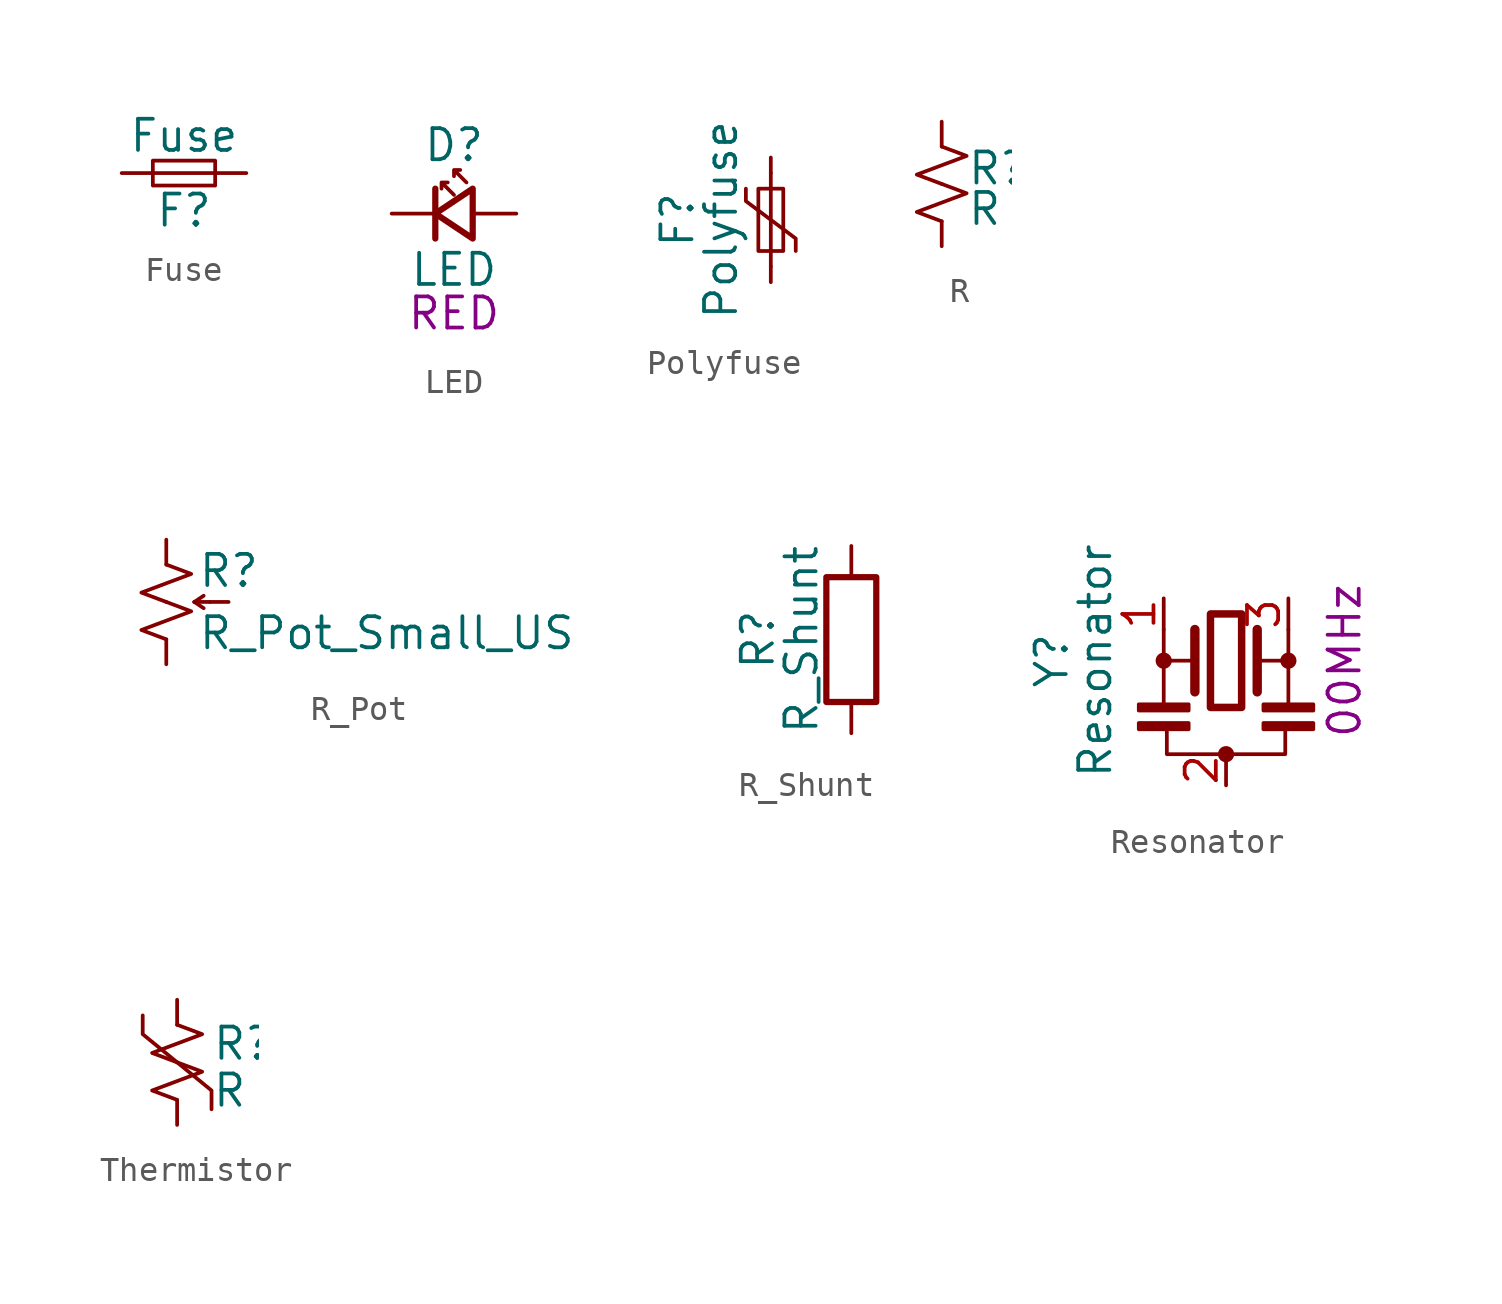
<source format=kicad_sym>
(kicad_symbol_lib
  (version 20231120)
  (generator "kicad_symbol_editor")
  (generator_version "8.0")
  (symbol "Fuse"
    (pin_numbers hide)
    (pin_names
      (offset 0.254) hide)
    (property "Reference" "F"
      (at 0 -1.524 0)
      (effects (font (size 1.27 1.27))))
    (property "Value" "Fuse"
      (at 0 1.524 0)
      (effects (font (size 1.27 1.27))))
    (symbol "Fuse_0_1"
      (rectangle (start -1.27 0.508) (end 1.27 -0.508) (stroke (width 0) (type default)) (fill (type none)))
      (polyline (pts (xy -1.27 0) (xy 1.27 0)) (stroke (width 0) (type default)) (fill (type none))))
    (symbol "Fuse_1_1"
      (pin passive line (at -2.54 0 0) (length 1.27) (name "~" (effects (font (size 1.27 1.27)))) (number "1" (effects (font (size 1.27 1.27)))))
      (pin passive line (at 2.54 0 180) (length 1.27) (name "~" (effects (font (size 1.27 1.27)))) (number "2" (effects (font (size 1.27 1.27)))))))
  (symbol "LED"
    (pin_numbers hide)
    (pin_names
      (offset 0.254) hide)
    (property "Reference" "D"
      (at 0 2.794 0)
      (effects (font (size 1.27 1.27))))
    (property "Value" "LED"
      (at 0 -2.286 0)
      (effects (font (size 1.27 1.27))))
    (property "Color" "RED"
      (at 0 -4.064 0)
      (effects (font (size 1.27 1.27))))
    (symbol "LED_0_1"
      (polyline (pts (xy -0.762 -1.016) (xy -0.762 1.016)) (stroke (width 0.254) (type default)) (fill (type none)))
      (polyline (pts (xy 0.762 -1.016) (xy -0.762 0) (xy 0.762 1.016) (xy 0.762 -1.016)) (stroke (width 0.254) (type default)) (fill (type none)))
      (polyline (pts (xy 0 0.762) (xy -0.508 1.27) (xy -0.254 1.27) (xy -0.508 1.27) (xy -0.508 1.016)) (stroke (width 0) (type default)) (fill (type none)))
      (polyline (pts (xy 0.508 1.27) (xy 0 1.778) (xy 0.254 1.778) (xy 0 1.778) (xy 0 1.524)) (stroke (width 0) (type default)) (fill (type none))))
    (symbol "LED_1_1"
      (pin passive line (at -2.54 0 0) (length 1.778) (name "K" (effects (font (size 1.27 1.27)))) (number "1" (effects (font (size 1.27 1.27)))))
      (pin passive line (at 2.54 0 180) (length 1.778) (name "A" (effects (font (size 1.27 1.27)))) (number "2" (effects (font (size 1.27 1.27)))))))
  (symbol "Polyfuse"
    (pin_numbers hide)
    (pin_names
      (offset 0))
    (property "Reference" "F"
      (at -3.81 0 90)
      (effects (font (size 1.27 1.27))))
    (property "Value" "Polyfuse"
      (at -2.032 0 90)
      (effects (font (size 1.27 1.27))))
    (symbol "Polyfuse_0_1"
      (rectangle (start -0.508 1.27) (end 0.508 -1.27) (stroke (width 0) (type default)) (fill (type none)))
      (polyline (pts (xy 0 1.905) (xy 0 -1.905)) (stroke (width 0) (type default)) (fill (type none)))
      (polyline (pts (xy -1.016 1.27) (xy -1.016 0.762) (xy 1.016 -0.762) (xy 1.016 -1.27)) (stroke (width 0) (type default)) (fill (type none))))
    (symbol "Polyfuse_1_1"
      (pin passive line (at 0 2.54 270) (length 0.635) (name "~" (effects (font (size 1.27 1.27)))) (number "1" (effects (font (size 1.27 1.27)))))
      (pin passive line (at 0 -2.54 90) (length 0.635) (name "~" (effects (font (size 1.27 1.27)))) (number "2" (effects (font (size 1.27 1.27)))))))
  (symbol "R"
    (pin_numbers hide)
    (pin_names
      (offset 0.254) hide)
    (property "Reference" "R"
      (at 1.016 0.635 0)
      (effects (font (size 1.27 1.27)) (justify left)))
    (property "Value" "R"
      (at 1.016 -1.016 0)
      (effects (font (size 1.27 1.27)) (justify left)))
    (symbol "R_1_1"
      (polyline (pts (xy 0 0) (xy 1.016 -0.381) (xy 0 -0.762) (xy -1.016 -1.143) (xy 0 -1.524)) (stroke (width 0) (type default)) (fill (type none)))
      (polyline (pts (xy 0 1.524) (xy 1.016 1.143) (xy 0 0.762) (xy -1.016 0.381) (xy 0 0)) (stroke (width 0) (type default)) (fill (type none)))
      (pin passive line (at 0 2.54 270) (length 1.016) (name "~" (effects (font (size 1.27 1.27)))) (number "1" (effects (font (size 1.27 1.27)))))
      (pin passive line (at 0 -2.54 90) (length 1.016) (name "~" (effects (font (size 1.27 1.27)))) (number "2" (effects (font (size 1.27 1.27)))))))
  (symbol "R_Pot"
    (pin_numbers hide)
    (pin_names
      (offset 0.254) hide)
    (property "Reference" "R"
      (at 1.27 1.27 0)
      (effects (font (size 1.27 1.27)) (justify left)))
    (property "Value" "R_Pot_Small_US"
      (at 1.27 -1.27 0)
      (effects (font (size 1.27 1.27)) (justify left)))
    (symbol "R_Pot_0_1"
      (polyline (pts (xy 1.143 0) (xy 1.524 -0.254)) (stroke (width 0) (type default)) (fill (type none)))
      (polyline (pts (xy 1.143 0) (xy 1.524 0.254)) (stroke (width 0) (type default)) (fill (type none)))
      (polyline (pts (xy 1.143 0) (xy 1.778 0)) (stroke (width 0) (type default)) (fill (type none))))
    (symbol "R_Pot_1_1"
      (polyline (pts (xy 0 0) (xy 1.016 -0.381) (xy 0 -0.762) (xy -1.016 -1.143) (xy 0 -1.524)) (stroke (width 0) (type default)) (fill (type none)))
      (polyline (pts (xy 0 1.524) (xy 1.016 1.143) (xy 0 0.762) (xy -1.016 0.381) (xy 0 0)) (stroke (width 0) (type default)) (fill (type none)))
      (pin passive line (at 0 2.54 270) (length 1.016) (name "~" (effects (font (size 1.27 1.27)))) (number "1" (effects (font (size 1.27 1.27)))))
      (pin passive line (at 2.54 0 180) (length 0.75) (name "~" (effects (font (size 1.27 1.27)))) (number "2" (effects (font (size 1.27 1.27)))))
      (pin passive line (at 0 -2.54 90) (length 1.016) (name "~" (effects (font (size 1.27 1.27)))) (number "3" (effects (font (size 1.27 1.27)))))))
  (symbol "R_Shunt"
    (pin_numbers hide)
    (pin_names
      (offset 0))
    (property "Reference" "R"
      (at -3.81 0 90)
      (effects (font (size 1.27 1.27))))
    (property "Value" "R_Shunt"
      (at -2.032 0 90)
      (effects (font (size 1.27 1.27))))
    (symbol "R_Shunt_0_1"
      (rectangle (start -1.016 -2.54) (end 1.016 2.54) (stroke (width 0.254) (type default)) (fill (type none))))
    (symbol "R_Shunt_1_1"
      (pin passive line (at 0 3.81 270) (length 1.27) (name "~" (effects (font (size 1.27 1.27)))) (number "1" (effects (font (size 1.27 1.27)))))
      (pin passive line (at 0 -3.81 90) (length 1.27) (name "~" (effects (font (size 1.27 1.27)))) (number "2" (effects (font (size 1.27 1.27)))))))
  (symbol "Resonator"
    (pin_names
      (offset 1.016) hide)
    (property "Reference" "Y"
      (at -7.112 0 90)
      (effects (font (size 1.27 1.27))))
    (property "Value" "Resonator"
      (at -5.334 0 90)
      (effects (font (size 1.27 1.27))))
    (property "Frequency" "00MHz"
      (at 4.826 0 90)
      (effects (font (size 1.27 1.27))))
    (symbol "Resonator_0_1"
      (rectangle (start -3.556 -2.54) (end -1.524 -2.794) (stroke (width 0) (type default)) (fill (type outline)))
      (rectangle (start -3.556 -1.778) (end -1.524 -2.032) (stroke (width 0) (type default)) (fill (type outline)))
      (circle (center -2.54 0) (radius 0.254) (stroke (width 0) (type default)) (fill (type outline)))
      (rectangle (start -0.635 1.905) (end 0.635 -1.905) (stroke (width 0.305) (type default)) (fill (type none)))
      (circle (center 0 -3.81) (radius 0.254) (stroke (width 0) (type default)) (fill (type outline)))
      (polyline (pts (xy -2.54 -1.778) (xy -2.54 0)) (stroke (width 0) (type default)) (fill (type none)))
      (polyline (pts (xy -2.54 0) (xy -1.397 0)) (stroke (width 0) (type default)) (fill (type none)))
      (polyline (pts (xy -2.54 1.27) (xy -2.54 0)) (stroke (width 0) (type default)) (fill (type none)))
      (polyline (pts (xy -1.27 -1.27) (xy -1.27 1.27)) (stroke (width 0.381) (type default)) (fill (type none)))
      (polyline (pts (xy 1.27 -1.27) (xy 1.27 1.27)) (stroke (width 0.381) (type default)) (fill (type none)))
      (polyline (pts (xy 1.27 0) (xy 2.54 0)) (stroke (width 0) (type default)) (fill (type none)))
      (polyline (pts (xy 2.54 0) (xy 2.54 -1.778)) (stroke (width 0) (type default)) (fill (type none)))
      (polyline (pts (xy 2.54 1.27) (xy 2.54 0)) (stroke (width 0) (type default)) (fill (type none)))
      (polyline (pts (xy 2.413 -2.794) (xy 2.413 -3.81) (xy -2.413 -3.81) (xy -2.413 -2.667)) (stroke (width 0) (type default)) (fill (type none)))
      (rectangle (start 1.524 -2.54) (end 3.556 -2.794) (stroke (width 0) (type default)) (fill (type outline)))
      (rectangle (start 1.524 -1.778) (end 3.556 -2.032) (stroke (width 0) (type default)) (fill (type outline)))
      (circle (center 2.54 0) (radius 0.254) (stroke (width 0) (type default)) (fill (type outline))))
    (symbol "Resonator_1_1"
      (pin passive line (at -2.54 2.54 270) (length 1.27) (name "1" (effects (font (size 1.27 1.27)))) (number "1" (effects (font (size 1.27 1.27)))))
      (pin passive line (at 0 -5.08 90) (length 1.27) (name "2" (effects (font (size 1.27 1.27)))) (number "2" (effects (font (size 1.27 1.27)))))
      (pin passive line (at 2.54 2.54 270) (length 1.27) (name "3" (effects (font (size 1.27 1.27)))) (number "3" (effects (font (size 1.27 1.27)))))))
  (symbol "Thermistor"
    (pin_numbers hide)
    (pin_names
      (offset 0.254) hide)
    (property "Reference" "R"
      (at 1.397 0.762 0)
      (effects (font (size 1.27 1.27)) (justify left)))
    (property "Value" "R"
      (at 1.397 -1.143 0)
      (effects (font (size 1.27 1.27)) (justify left)))
    (symbol "Thermistor_0_1"
      (polyline (pts (xy 1.397 -1.905) (xy 1.397 -1.143) (xy -1.397 1.143) (xy -1.397 1.905)) (stroke (width 0) (type default)) (fill (type none))))
    (symbol "Thermistor_1_1"
      (polyline (pts (xy 0 0) (xy 1.016 -0.381) (xy 0 -0.762) (xy -1.016 -1.143) (xy 0 -1.524)) (stroke (width 0) (type default)) (fill (type none)))
      (polyline (pts (xy 0 1.524) (xy 1.016 1.143) (xy 0 0.762) (xy -1.016 0.381) (xy 0 0)) (stroke (width 0) (type default)) (fill (type none)))
      (pin passive line (at 0 2.54 270) (length 1.016) (name "~" (effects (font (size 1.27 1.27)))) (number "1" (effects (font (size 1.27 1.27)))))
      (pin passive line (at 0 -2.54 90) (length 1.016) (name "~" (effects (font (size 1.27 1.27)))) (number "2" (effects (font (size 1.27 1.27))))))))
</source>
